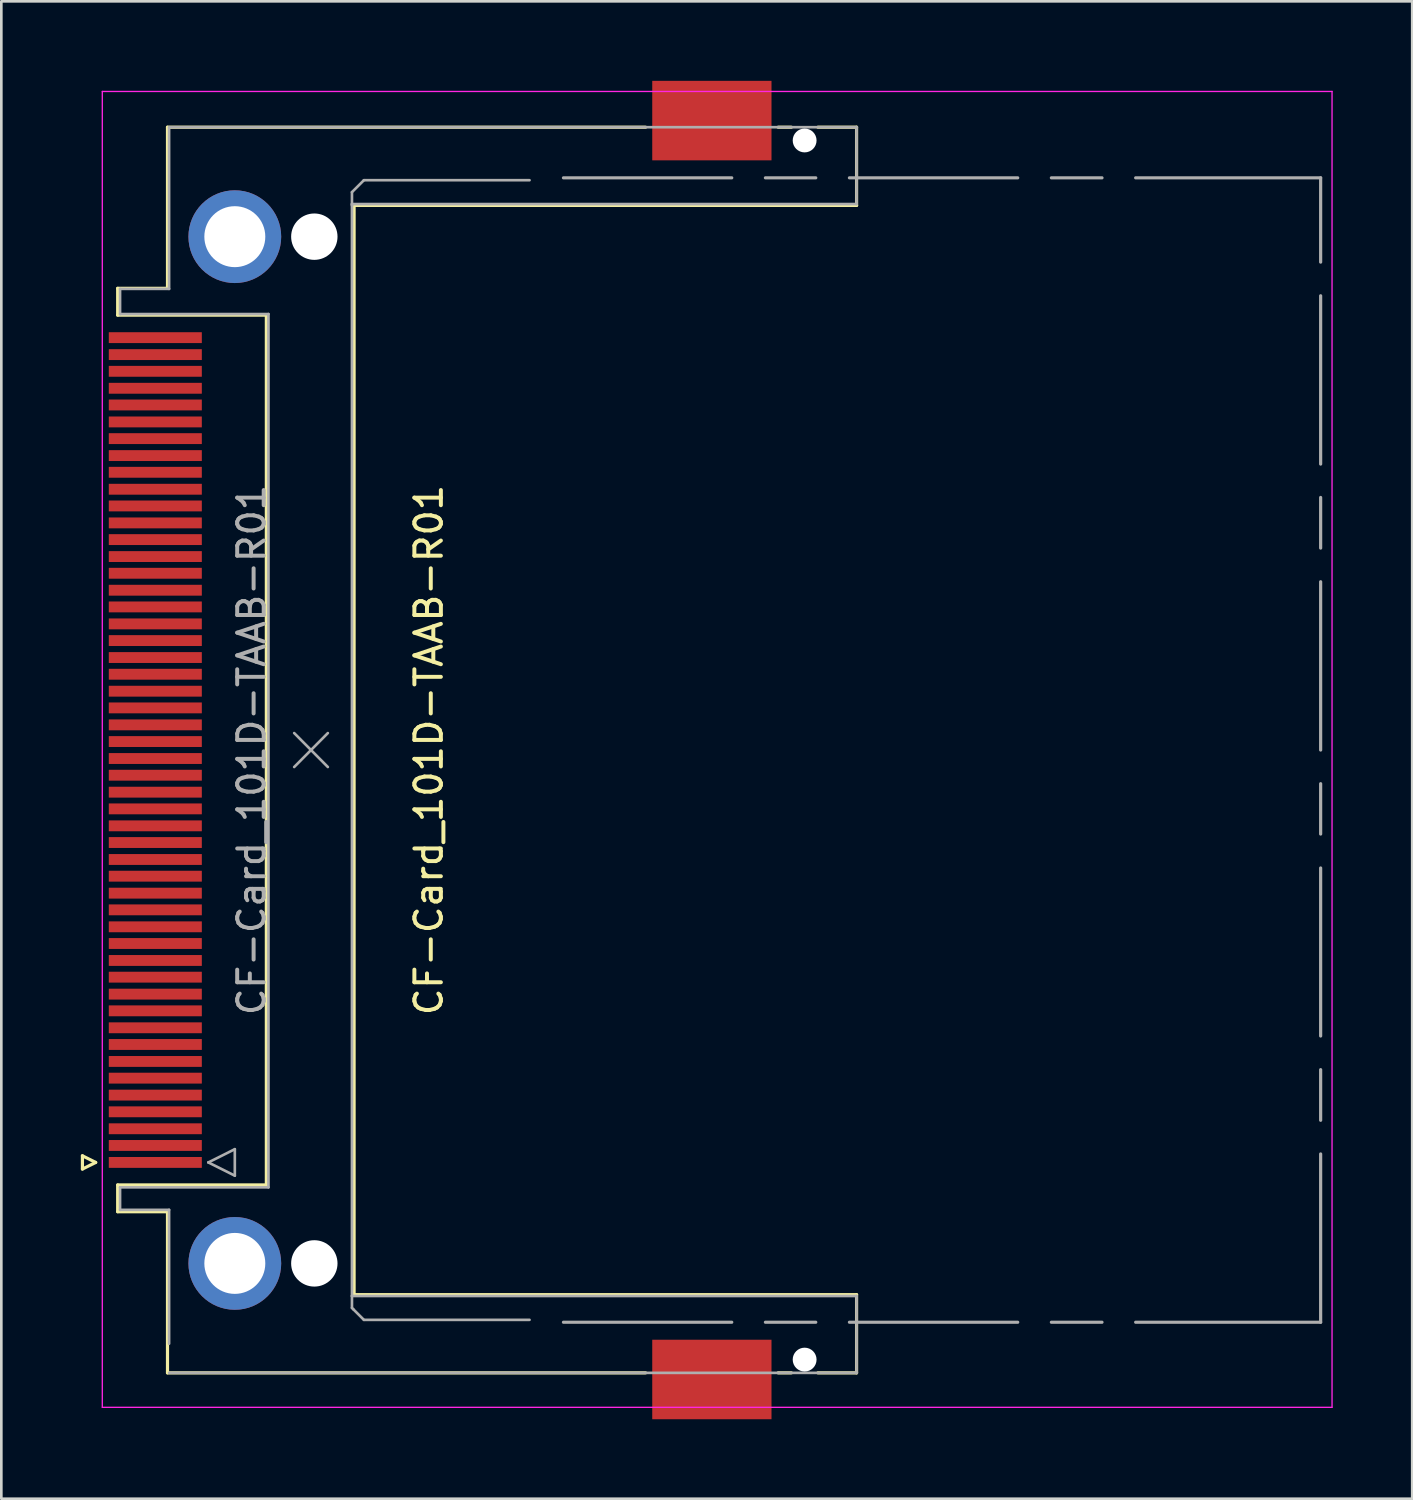
<source format=kicad_pcb>
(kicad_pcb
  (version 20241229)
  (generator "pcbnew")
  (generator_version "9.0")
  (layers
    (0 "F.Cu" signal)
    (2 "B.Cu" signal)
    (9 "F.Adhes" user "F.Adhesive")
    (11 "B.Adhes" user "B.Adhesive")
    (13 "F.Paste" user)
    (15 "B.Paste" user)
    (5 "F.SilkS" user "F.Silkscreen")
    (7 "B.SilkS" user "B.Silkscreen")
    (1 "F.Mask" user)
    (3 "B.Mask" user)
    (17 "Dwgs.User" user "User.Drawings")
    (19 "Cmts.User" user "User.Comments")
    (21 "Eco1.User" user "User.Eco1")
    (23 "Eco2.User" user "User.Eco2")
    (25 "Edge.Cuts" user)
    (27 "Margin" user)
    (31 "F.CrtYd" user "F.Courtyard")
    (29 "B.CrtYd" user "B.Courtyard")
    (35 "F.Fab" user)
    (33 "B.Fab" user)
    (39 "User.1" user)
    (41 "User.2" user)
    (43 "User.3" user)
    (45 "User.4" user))
  (footprint "CF-Card_101D-TAAB-R01"
    (layer "F.Cu")
    (at 5.91 25.25)
    (property "Reference" "CF-Card_101D-TAAB-R01" (at 7.22 0 270) (layer "F.SilkS") (effects (font (size 1 1) (thickness 0.15))))
    (attr smd)
    (fp_line (start -5.85 15.31) (end -5.35 15.56) (stroke (width 0.12) (type solid)) (layer "F.SilkS"))
    (fp_line (start -5.85 15.81) (end -5.85 15.31) (stroke (width 0.12) (type solid)) (layer "F.SilkS"))
    (fp_line (start -5.35 15.56) (end -5.85 15.81) (stroke (width 0.12) (type solid)) (layer "F.SilkS"))
    (fp_line (start -4.52 -17.42) (end -2.64 -17.42) (stroke (width 0.12) (type solid)) (layer "F.SilkS"))
    (fp_line (start -4.52 -16.41) (end -4.52 -17.42) (stroke (width 0.12) (type solid)) (layer "F.SilkS"))
    (fp_line (start -4.52 16.41) (end 1.09 16.41) (stroke (width 0.12) (type solid)) (layer "F.SilkS"))
    (fp_line (start -4.52 17.42) (end -4.52 16.41) (stroke (width 0.12) (type solid)) (layer "F.SilkS"))
    (fp_line (start -2.64 -23.5) (end 15.4 -23.5) (stroke (width 0.12) (type solid)) (layer "F.SilkS"))
    (fp_line (start -2.64 -17.42) (end -2.64 -23.5) (stroke (width 0.12) (type solid)) (layer "F.SilkS"))
    (fp_line (start -2.64 17.42) (end -4.52 17.42) (stroke (width 0.12) (type solid)) (layer "F.SilkS"))
    (fp_line (start -2.64 23.5) (end -2.64 17.42) (stroke (width 0.12) (type solid)) (layer "F.SilkS"))
    (fp_line (start 1.09 -16.41) (end -4.52 -16.41) (stroke (width 0.12) (type solid)) (layer "F.SilkS"))
    (fp_line (start 1.09 16.41) (end 1.09 -16.41) (stroke (width 0.12) (type solid)) (layer "F.SilkS"))
    (fp_line (start 4.4 -20.55) (end 23.36 -20.55) (stroke (width 0.12) (type solid)) (layer "F.SilkS"))
    (fp_line (start 4.4 20.55) (end 4.4 -20.55) (stroke (width 0.12) (type solid)) (layer "F.SilkS"))
    (fp_line (start 15.4 23.5) (end -2.64 23.5) (stroke (width 0.12) (type solid)) (layer "F.SilkS"))
    (fp_line (start 20.4 23.5) (end 20.9 23.5) (stroke (width 0.12) (type solid)) (layer "F.SilkS"))
    (fp_line (start 20.9 -23.5) (end 20.4 -23.5) (stroke (width 0.12) (type solid)) (layer "F.SilkS"))
    (fp_line (start 23.36 -23.5) (end 21.9 -23.5) (stroke (width 0.12) (type solid)) (layer "F.SilkS"))
    (fp_line (start 23.36 -20.55) (end 23.36 -23.5) (stroke (width 0.12) (type solid)) (layer "F.SilkS"))
    (fp_line (start 23.36 20.55) (end 4.4 20.55) (stroke (width 0.12) (type solid)) (layer "F.SilkS"))
    (fp_line (start 23.36 23.5) (end 21.9 23.5) (stroke (width 0.12) (type solid)) (layer "F.SilkS"))
    (fp_line (start 23.36 23.5) (end 23.36 20.55) (stroke (width 0.12) (type solid)) (layer "F.SilkS"))
    (fp_line (start -5.1 -24.85) (end 41.3 -24.85) (stroke (width 0.05) (type solid)) (layer "F.CrtYd"))
    (fp_line (start -5.1 24.8) (end -5.1 -24.85) (stroke (width 0.05) (type solid)) (layer "F.CrtYd"))
    (fp_line (start -5.1 24.8) (end 41.3 24.8) (stroke (width 0.05) (type solid)) (layer "F.CrtYd"))
    (fp_line (start 41.3 24.8) (end 41.3 -24.85) (stroke (width 0.05) (type solid)) (layer "F.CrtYd"))
    (fp_line (start -4.43 -17.4) (end -4.43 -16.45) (stroke (width 0.1) (type solid)) (layer "F.Fab"))
    (fp_line (start -4.43 -16.45) (end 1.17 -16.45) (stroke (width 0.1) (type solid)) (layer "F.Fab"))
    (fp_line (start -4.43 16.5) (end -4.43 17.35) (stroke (width 0.1) (type solid)) (layer "F.Fab"))
    (fp_line (start -4.43 17.35) (end -2.58 17.35) (stroke (width 0.1) (type solid)) (layer "F.Fab"))
    (fp_line (start -2.58 -23.5) (end -2.58 -17.4) (stroke (width 0.1) (type solid)) (layer "F.Fab"))
    (fp_line (start -2.58 -17.4) (end -4.43 -17.4) (stroke (width 0.1) (type solid)) (layer "F.Fab"))
    (fp_line (start -2.58 17.35) (end -2.58 22.4) (stroke (width 0.1) (type solid)) (layer "F.Fab"))
    (fp_line (start -2.58 23.5) (end 23.36 23.5) (stroke (width 0.1) (type solid)) (layer "F.Fab"))
    (fp_line (start -1.1 15.56) (end -0.1 15.06) (stroke (width 0.1) (type solid)) (layer "F.Fab"))
    (fp_line (start -0.1 15.06) (end -0.1 16.06) (stroke (width 0.1) (type solid)) (layer "F.Fab"))
    (fp_line (start -0.1 16.06) (end -1.1 15.56) (stroke (width 0.1) (type solid)) (layer "F.Fab"))
    (fp_line (start 1.17 -16.45) (end 1.17 16.5) (stroke (width 0.1) (type solid)) (layer "F.Fab"))
    (fp_line (start 1.17 16.5) (end -4.43 16.5) (stroke (width 0.1) (type solid)) (layer "F.Fab"))
    (fp_line (start 2.14 -0.64) (end 3.41 0.64) (stroke (width 0.1) (type solid)) (layer "F.Fab"))
    (fp_line (start 2.14 0.64) (end 3.41 -0.64) (stroke (width 0.1) (type solid)) (layer "F.Fab"))
    (fp_line (start 4.32 -21.05) (end 4.32 -20.55) (stroke (width 0.1) (type solid)) (layer "F.Fab"))
    (fp_line (start 4.32 -20.6) (end 23.36 -20.6) (stroke (width 0.1) (type solid)) (layer "F.Fab"))
    (fp_line (start 4.32 20.6) (end 4.32 -20.6) (stroke (width 0.1) (type solid)) (layer "F.Fab"))
    (fp_line (start 4.32 21.05) (end 4.32 20.6) (stroke (width 0.1) (type solid)) (layer "F.Fab"))
    (fp_line (start 4.37 21.1) (end 4.32 21.05) (stroke (width 0.1) (type solid)) (layer "F.Fab"))
    (fp_line (start 4.77 -21.5) (end 4.32 -21.05) (stroke (width 0.1) (type solid)) (layer "F.Fab"))
    (fp_line (start 4.77 21.5) (end 4.37 21.1) (stroke (width 0.1) (type solid)) (layer "F.Fab"))
    (fp_line (start 11.02 -21.5) (end 4.77 -21.5) (stroke (width 0.1) (type solid)) (layer "F.Fab"))
    (fp_line (start 11.02 21.5) (end 4.77 21.5) (stroke (width 0.1) (type solid)) (layer "F.Fab"))
    (fp_line (start 12.3 -21.59) (end 18.65 -21.59) (stroke (width 0.12) (type solid)) (layer "F.Fab"))
    (fp_line (start 12.3 21.59) (end 18.65 21.59) (stroke (width 0.12) (type solid)) (layer "F.Fab"))
    (fp_line (start 19.92 -21.59) (end 21.82 -21.59) (stroke (width 0.12) (type solid)) (layer "F.Fab"))
    (fp_line (start 19.92 21.59) (end 21.82 21.59) (stroke (width 0.12) (type solid)) (layer "F.Fab"))
    (fp_line (start 23.09 -21.59) (end 29.44 -21.59) (stroke (width 0.12) (type solid)) (layer "F.Fab"))
    (fp_line (start 23.09 21.59) (end 29.44 21.59) (stroke (width 0.12) (type solid)) (layer "F.Fab"))
    (fp_line (start 23.36 -23.5) (end -2.58 -23.5) (stroke (width 0.1) (type solid)) (layer "F.Fab"))
    (fp_line (start 23.36 -20.6) (end 23.36 -23.5) (stroke (width 0.1) (type solid)) (layer "F.Fab"))
    (fp_line (start 23.36 20.6) (end 4.32 20.6) (stroke (width 0.1) (type solid)) (layer "F.Fab"))
    (fp_line (start 23.36 23.5) (end 23.36 20.6) (stroke (width 0.1) (type solid)) (layer "F.Fab"))
    (fp_line (start 30.71 -21.59) (end 32.62 -21.59) (stroke (width 0.12) (type solid)) (layer "F.Fab"))
    (fp_line (start 30.71 21.59) (end 32.62 21.59) (stroke (width 0.12) (type solid)) (layer "F.Fab"))
    (fp_line (start 33.89 -21.59) (end 40.87 -21.59) (stroke (width 0.12) (type solid)) (layer "F.Fab"))
    (fp_line (start 33.89 21.59) (end 40.87 21.59) (stroke (width 0.12) (type solid)) (layer "F.Fab"))
    (fp_line (start 40.87 -18.41) (end 40.87 -21.59) (stroke (width 0.12) (type solid)) (layer "F.Fab"))
    (fp_line (start 40.87 -10.79) (end 40.87 -17.14) (stroke (width 0.12) (type solid)) (layer "F.Fab"))
    (fp_line (start 40.87 -7.62) (end 40.87 -9.53) (stroke (width 0.12) (type solid)) (layer "F.Fab"))
    (fp_line (start 40.87 0) (end 40.87 -6.35) (stroke (width 0.12) (type solid)) (layer "F.Fab"))
    (fp_line (start 40.87 3.17) (end 40.87 1.27) (stroke (width 0.12) (type solid)) (layer "F.Fab"))
    (fp_line (start 40.87 10.79) (end 40.87 4.45) (stroke (width 0.12) (type solid)) (layer "F.Fab"))
    (fp_line (start 40.87 13.97) (end 40.87 12.06) (stroke (width 0.12) (type solid)) (layer "F.Fab"))
    (fp_line (start 40.87 21.59) (end 40.87 15.24) (stroke (width 0.12) (type solid)) (layer "F.Fab"))
    (fp_text user "${REFERENCE}" (at 0.535 0 270) (layer "F.Fab") (effects (font (size 1 1) (thickness 0.15))))
    (pad "" np_thru_hole circle (at 2.9 -19.37 90) (size 1.75 1.75) (drill 1.75) (layers "*.Cu" "*.Mask"))
    (pad "" np_thru_hole circle (at 2.9 19.37 90) (size 1.75 1.75) (drill 1.75) (layers "*.Cu" "*.Mask"))
    (pad "" np_thru_hole circle (at 21.4 -23 90) (size 0.9 0.9) (drill 0.9) (layers "*.Cu" "*.Mask"))
    (pad "" np_thru_hole circle (at 21.4 23 90) (size 0.9 0.9) (drill 0.9) (layers "*.Cu" "*.Mask"))
    (pad "1" smd rect (at -3.1 15.56 270) (size 0.41 3.51) (layers "F.Cu" "F.Mask" "F.Paste"))
    (pad "2" smd rect (at -3.1 14.29 270) (size 0.41 3.51) (layers "F.Cu" "F.Mask" "F.Paste"))
    (pad "3" smd rect (at -3.1 13.02 270) (size 0.41 3.51) (layers "F.Cu" "F.Mask" "F.Paste"))
    (pad "4" smd rect (at -3.1 11.75 270) (size 0.41 3.51) (layers "F.Cu" "F.Mask" "F.Paste"))
    (pad "5" smd rect (at -3.1 10.48 270) (size 0.41 3.51) (layers "F.Cu" "F.Mask" "F.Paste"))
    (pad "6" smd rect (at -3.1 9.21 270) (size 0.41 3.51) (layers "F.Cu" "F.Mask" "F.Paste"))
    (pad "7" smd rect (at -3.1 7.94 270) (size 0.41 3.51) (layers "F.Cu" "F.Mask" "F.Paste"))
    (pad "8" smd rect (at -3.1 6.67 270) (size 0.41 3.51) (layers "F.Cu" "F.Mask" "F.Paste"))
    (pad "9" smd rect (at -3.1 5.4 270) (size 0.41 3.51) (layers "F.Cu" "F.Mask" "F.Paste"))
    (pad "10" smd rect (at -3.1 4.13 270) (size 0.41 3.51) (layers "F.Cu" "F.Mask" "F.Paste"))
    (pad "11" smd rect (at -3.1 2.86 270) (size 0.41 3.51) (layers "F.Cu" "F.Mask" "F.Paste"))
    (pad "12" smd rect (at -3.1 1.59 270) (size 0.41 3.51) (layers "F.Cu" "F.Mask" "F.Paste"))
    (pad "13" smd rect (at -3.1 0.32 270) (size 0.41 3.51) (layers "F.Cu" "F.Mask" "F.Paste"))
    (pad "14" smd rect (at -3.1 -0.95 270) (size 0.41 3.51) (layers "F.Cu" "F.Mask" "F.Paste"))
    (pad "15" smd rect (at -3.1 -2.22 270) (size 0.41 3.51) (layers "F.Cu" "F.Mask" "F.Paste"))
    (pad "16" smd rect (at -3.1 -3.49 270) (size 0.41 3.51) (layers "F.Cu" "F.Mask" "F.Paste"))
    (pad "17" smd rect (at -3.1 -4.76 270) (size 0.41 3.51) (layers "F.Cu" "F.Mask" "F.Paste"))
    (pad "18" smd rect (at -3.1 -6.03 270) (size 0.41 3.51) (layers "F.Cu" "F.Mask" "F.Paste"))
    (pad "19" smd rect (at -3.1 -7.3 270) (size 0.41 3.51) (layers "F.Cu" "F.Mask" "F.Paste"))
    (pad "20" smd rect (at -3.1 -8.57 270) (size 0.41 3.51) (layers "F.Cu" "F.Mask" "F.Paste"))
    (pad "21" smd rect (at -3.1 -9.84 270) (size 0.41 3.51) (layers "F.Cu" "F.Mask" "F.Paste"))
    (pad "22" smd rect (at -3.1 -11.11 270) (size 0.41 3.51) (layers "F.Cu" "F.Mask" "F.Paste"))
    (pad "23" smd rect (at -3.1 -12.38 270) (size 0.41 3.51) (layers "F.Cu" "F.Mask" "F.Paste"))
    (pad "24" smd rect (at -3.1 -13.65 270) (size 0.41 3.51) (layers "F.Cu" "F.Mask" "F.Paste"))
    (pad "25" smd rect (at -3.1 -14.92 270) (size 0.41 3.51) (layers "F.Cu" "F.Mask" "F.Paste"))
    (pad "26" smd rect (at -3.1 14.92 270) (size 0.41 3.51) (layers "F.Cu" "F.Mask" "F.Paste"))
    (pad "27" smd rect (at -3.1 13.65 270) (size 0.41 3.51) (layers "F.Cu" "F.Mask" "F.Paste"))
    (pad "28" smd rect (at -3.1 12.38 270) (size 0.41 3.51) (layers "F.Cu" "F.Mask" "F.Paste"))
    (pad "29" smd rect (at -3.1 11.11 270) (size 0.41 3.51) (layers "F.Cu" "F.Mask" "F.Paste"))
    (pad "30" smd rect (at -3.1 9.84 270) (size 0.41 3.51) (layers "F.Cu" "F.Mask" "F.Paste"))
    (pad "31" smd rect (at -3.1 8.57 270) (size 0.41 3.51) (layers "F.Cu" "F.Mask" "F.Paste"))
    (pad "32" smd rect (at -3.1 7.3 270) (size 0.41 3.51) (layers "F.Cu" "F.Mask" "F.Paste"))
    (pad "33" smd rect (at -3.1 6.03 270) (size 0.41 3.51) (layers "F.Cu" "F.Mask" "F.Paste"))
    (pad "34" smd rect (at -3.1 4.76 270) (size 0.41 3.51) (layers "F.Cu" "F.Mask" "F.Paste"))
    (pad "35" smd rect (at -3.1 3.49 270) (size 0.41 3.51) (layers "F.Cu" "F.Mask" "F.Paste"))
    (pad "36" smd rect (at -3.1 2.22 270) (size 0.41 3.51) (layers "F.Cu" "F.Mask" "F.Paste"))
    (pad "37" smd rect (at -3.1 0.95 270) (size 0.41 3.51) (layers "F.Cu" "F.Mask" "F.Paste"))
    (pad "38" smd rect (at -3.1 -0.32 270) (size 0.41 3.51) (layers "F.Cu" "F.Mask" "F.Paste"))
    (pad "39" smd rect (at -3.1 -1.59 270) (size 0.41 3.51) (layers "F.Cu" "F.Mask" "F.Paste"))
    (pad "40" smd rect (at -3.1 -2.86 270) (size 0.41 3.51) (layers "F.Cu" "F.Mask" "F.Paste"))
    (pad "41" smd rect (at -3.1 -4.13 270) (size 0.41 3.51) (layers "F.Cu" "F.Mask" "F.Paste"))
    (pad "42" smd rect (at -3.1 -5.4 270) (size 0.41 3.51) (layers "F.Cu" "F.Mask" "F.Paste"))
    (pad "43" smd rect (at -3.1 -6.67 270) (size 0.41 3.51) (layers "F.Cu" "F.Mask" "F.Paste"))
    (pad "44" smd rect (at -3.1 -7.94 270) (size 0.41 3.51) (layers "F.Cu" "F.Mask" "F.Paste"))
    (pad "45" smd rect (at -3.1 -9.21 270) (size 0.41 3.51) (layers "F.Cu" "F.Mask" "F.Paste"))
    (pad "46" smd rect (at -3.1 -10.48 270) (size 0.41 3.51) (layers "F.Cu" "F.Mask" "F.Paste"))
    (pad "47" smd rect (at -3.1 -11.75 270) (size 0.41 3.51) (layers "F.Cu" "F.Mask" "F.Paste"))
    (pad "48" smd rect (at -3.1 -13.02 270) (size 0.41 3.51) (layers "F.Cu" "F.Mask" "F.Paste"))
    (pad "49" smd rect (at -3.1 -14.29 270) (size 0.41 3.51) (layers "F.Cu" "F.Mask" "F.Paste"))
    (pad "50" smd rect (at -3.1 -15.56 270) (size 0.41 3.51) (layers "F.Cu" "F.Mask" "F.Paste"))
    (pad "51" thru_hole circle (at -0.1 -19.37 90) (size 3.5 3.5) (drill 2.3) (layers "*.Cu" "*.Mask"))
    (pad "52" thru_hole circle (at -0.1 19.37 90) (size 3.5 3.5) (drill 2.3) (layers "*.Cu" "*.Mask"))
    (pad "53" smd rect (at 17.9 -23.75 90) (size 3 4.5) (layers "F.Cu" "F.Mask" "F.Paste"))
    (pad "54" smd rect (at 17.9 23.75 90) (size 3 4.5) (layers "F.Cu" "F.Mask" "F.Paste")))
  (gr_rect
    (start -3 -3)
    (end 50.235 53.5)
    (stroke (width 0.1) (type default))
    (fill no)
    (layer "Edge.Cuts")))
</source>
